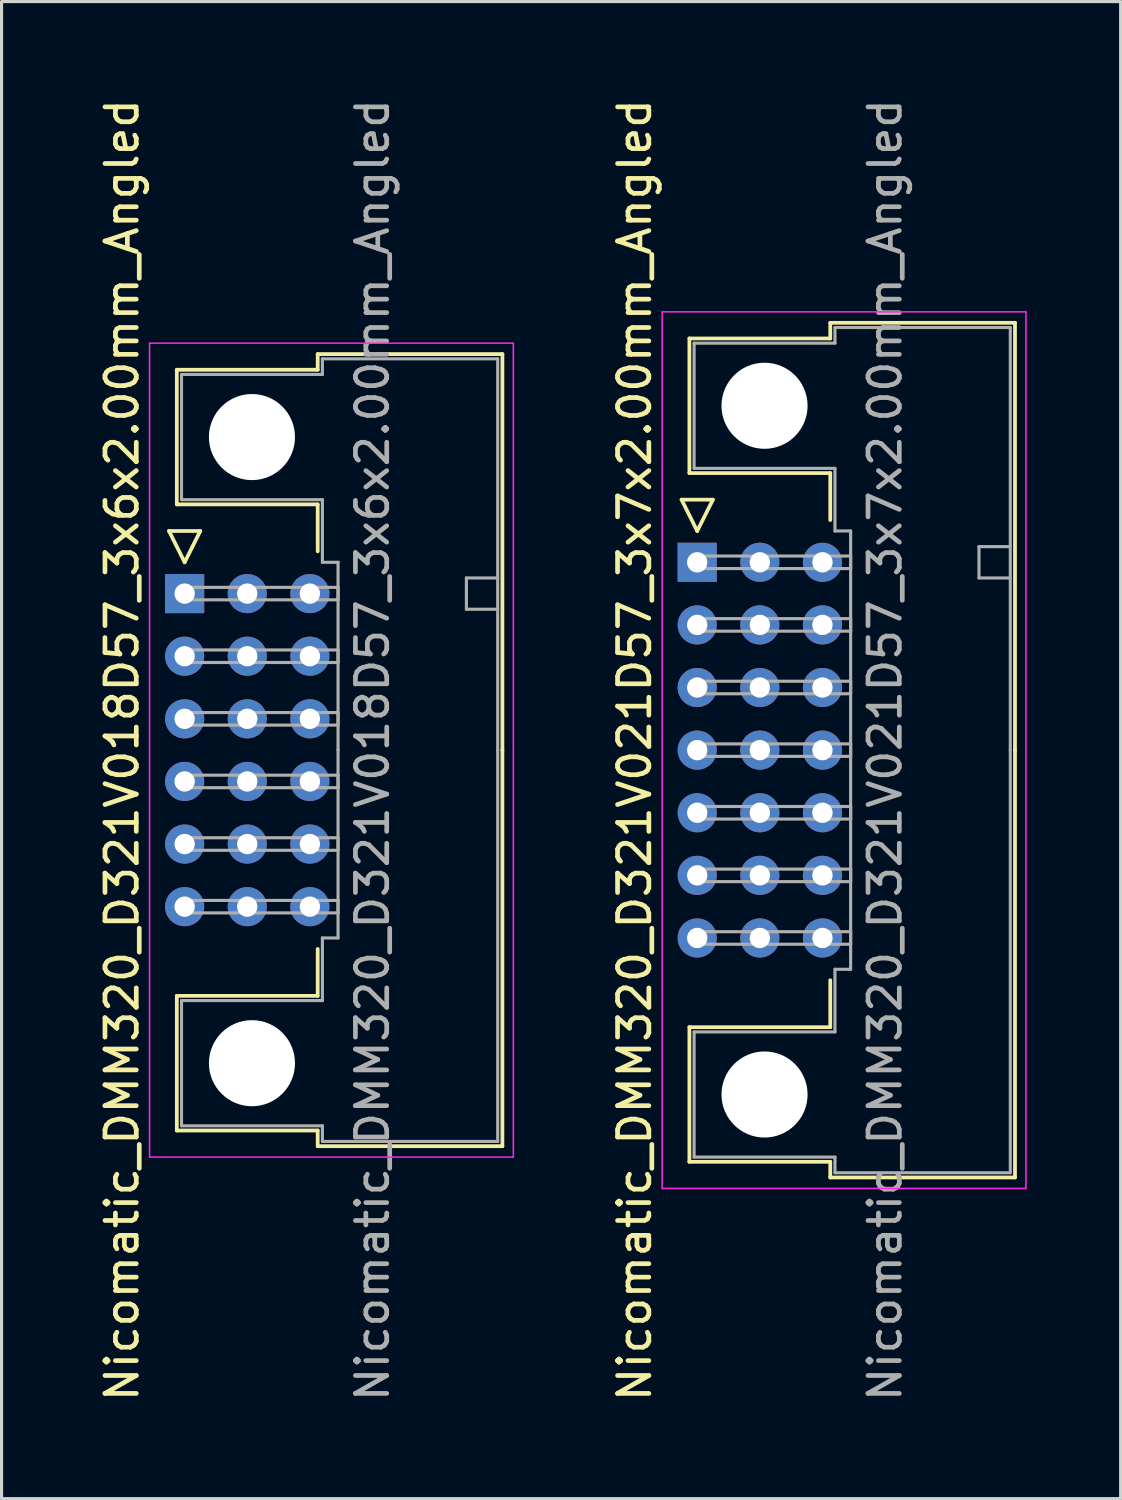
<source format=kicad_pcb>
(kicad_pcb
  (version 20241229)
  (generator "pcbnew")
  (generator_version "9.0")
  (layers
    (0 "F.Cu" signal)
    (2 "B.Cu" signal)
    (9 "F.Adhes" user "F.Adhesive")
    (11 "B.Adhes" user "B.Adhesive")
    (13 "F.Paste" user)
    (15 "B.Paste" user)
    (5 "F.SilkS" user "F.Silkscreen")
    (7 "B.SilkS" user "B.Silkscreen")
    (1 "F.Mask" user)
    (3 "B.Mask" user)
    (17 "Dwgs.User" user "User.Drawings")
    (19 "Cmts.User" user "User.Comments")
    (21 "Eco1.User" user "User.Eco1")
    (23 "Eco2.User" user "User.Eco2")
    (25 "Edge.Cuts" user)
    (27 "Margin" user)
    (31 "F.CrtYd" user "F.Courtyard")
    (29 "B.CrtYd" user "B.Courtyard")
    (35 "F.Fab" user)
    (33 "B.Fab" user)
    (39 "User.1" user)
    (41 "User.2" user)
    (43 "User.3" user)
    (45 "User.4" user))
  (footprint "Nicomatic_DMM320_D321V018D57_3x6x2.00mm_Angled"
    (layer "F.Cu")
    (at 2.848 15.911)
    (property "Reference" "Nicomatic_DMM320_D321V018D57_3x6x2.00mm_Angled" (at -2 5 90) (layer "F.SilkS") (effects (font (size 1 1) (thickness 0.15))))
    (attr through_hole)
    (fp_line (start -0.5 -2) (end 0 -1) (stroke (width 0.12) (type solid)) (layer "F.SilkS"))
    (fp_line (start -0.25 -7.15) (end -0.25 -2.85) (stroke (width 0.12) (type solid)) (layer "F.SilkS"))
    (fp_line (start -0.25 -2.85) (end 4.25 -2.85) (stroke (width 0.12) (type solid)) (layer "F.SilkS"))
    (fp_line (start -0.25 12.85) (end 4.25 12.85) (stroke (width 0.12) (type solid)) (layer "F.SilkS"))
    (fp_line (start -0.25 17.15) (end -0.25 12.85) (stroke (width 0.12) (type solid)) (layer "F.SilkS"))
    (fp_line (start 0 -1) (end 0.5 -2) (stroke (width 0.12) (type solid)) (layer "F.SilkS"))
    (fp_line (start 0.5 -2) (end -0.5 -2) (stroke (width 0.12) (type solid)) (layer "F.SilkS"))
    (fp_line (start 4.25 -7.65) (end 4.25 -7.15) (stroke (width 0.12) (type solid)) (layer "F.SilkS"))
    (fp_line (start 4.25 -7.15) (end -0.25 -7.15) (stroke (width 0.12) (type solid)) (layer "F.SilkS"))
    (fp_line (start 4.25 -2.85) (end 4.25 -1.35) (stroke (width 0.12) (type solid)) (layer "F.SilkS"))
    (fp_line (start 4.25 12.85) (end 4.25 11.35) (stroke (width 0.12) (type solid)) (layer "F.SilkS"))
    (fp_line (start 4.25 17.15) (end -0.25 17.15) (stroke (width 0.12) (type solid)) (layer "F.SilkS"))
    (fp_line (start 4.25 17.65) (end 4.25 17.15) (stroke (width 0.12) (type solid)) (layer "F.SilkS"))
    (fp_line (start 10.15 -7.65) (end 4.25 -7.65) (stroke (width 0.12) (type solid)) (layer "F.SilkS"))
    (fp_line (start 10.15 5) (end 10.15 -7.65) (stroke (width 0.12) (type solid)) (layer "F.SilkS"))
    (fp_line (start 10.15 5) (end 10.15 17.65) (stroke (width 0.12) (type solid)) (layer "F.SilkS"))
    (fp_line (start 10.15 17.65) (end 4.25 17.65) (stroke (width 0.12) (type solid)) (layer "F.SilkS"))
    (fp_line (start -1.12 -8) (end -1.12 18) (stroke (width 0.05) (type solid)) (layer "F.CrtYd"))
    (fp_line (start -1.12 18) (end 10.5 18) (stroke (width 0.05) (type solid)) (layer "F.CrtYd"))
    (fp_line (start 10.5 -8) (end -1.12 -8) (stroke (width 0.05) (type solid)) (layer "F.CrtYd"))
    (fp_line (start 10.5 18) (end 10.5 -8) (stroke (width 0.05) (type solid)) (layer "F.CrtYd"))
    (fp_line (start -0.1 -7) (end -0.1 -3) (stroke (width 0.1) (type solid)) (layer "F.Fab"))
    (fp_line (start -0.1 -3) (end 4.4 -3) (stroke (width 0.1) (type solid)) (layer "F.Fab"))
    (fp_line (start -0.1 13) (end 4.4 13) (stroke (width 0.1) (type solid)) (layer "F.Fab"))
    (fp_line (start -0.1 17) (end -0.1 13) (stroke (width 0.1) (type solid)) (layer "F.Fab"))
    (fp_line (start 0 -0.2) (end 0 0.2) (stroke (width 0.1) (type solid)) (layer "F.Fab"))
    (fp_line (start 0 0.2) (end 4.9 0.2) (stroke (width 0.1) (type solid)) (layer "F.Fab"))
    (fp_line (start 0 1.8) (end 0 2.2) (stroke (width 0.1) (type solid)) (layer "F.Fab"))
    (fp_line (start 0 2.2) (end 4.9 2.2) (stroke (width 0.1) (type solid)) (layer "F.Fab"))
    (fp_line (start 0 3.8) (end 0 4.2) (stroke (width 0.1) (type solid)) (layer "F.Fab"))
    (fp_line (start 0 4.2) (end 4.9 4.2) (stroke (width 0.1) (type solid)) (layer "F.Fab"))
    (fp_line (start 0 5.8) (end 0 6.2) (stroke (width 0.1) (type solid)) (layer "F.Fab"))
    (fp_line (start 0 6.2) (end 4.9 6.2) (stroke (width 0.1) (type solid)) (layer "F.Fab"))
    (fp_line (start 0 7.8) (end 0 8.2) (stroke (width 0.1) (type solid)) (layer "F.Fab"))
    (fp_line (start 0 8.2) (end 4.9 8.2) (stroke (width 0.1) (type solid)) (layer "F.Fab"))
    (fp_line (start 0 9.8) (end 0 10.2) (stroke (width 0.1) (type solid)) (layer "F.Fab"))
    (fp_line (start 0 10.2) (end 4.9 10.2) (stroke (width 0.1) (type solid)) (layer "F.Fab"))
    (fp_line (start 4.4 -7.5) (end 4.4 -7) (stroke (width 0.1) (type solid)) (layer "F.Fab"))
    (fp_line (start 4.4 -7) (end -0.1 -7) (stroke (width 0.1) (type solid)) (layer "F.Fab"))
    (fp_line (start 4.4 -3) (end 4.4 -1) (stroke (width 0.1) (type solid)) (layer "F.Fab"))
    (fp_line (start 4.4 -1) (end 4.9 -1) (stroke (width 0.1) (type solid)) (layer "F.Fab"))
    (fp_line (start 4.4 11) (end 4.9 11) (stroke (width 0.1) (type solid)) (layer "F.Fab"))
    (fp_line (start 4.4 13) (end 4.4 11) (stroke (width 0.1) (type solid)) (layer "F.Fab"))
    (fp_line (start 4.4 17) (end -0.1 17) (stroke (width 0.1) (type solid)) (layer "F.Fab"))
    (fp_line (start 4.4 17.5) (end 4.4 17) (stroke (width 0.1) (type solid)) (layer "F.Fab"))
    (fp_line (start 4.9 -1) (end 4.9 5) (stroke (width 0.1) (type solid)) (layer "F.Fab"))
    (fp_line (start 4.9 -0.2) (end 0 -0.2) (stroke (width 0.1) (type solid)) (layer "F.Fab"))
    (fp_line (start 4.9 0.2) (end 4.9 -0.2) (stroke (width 0.1) (type solid)) (layer "F.Fab"))
    (fp_line (start 4.9 1.8) (end 0 1.8) (stroke (width 0.1) (type solid)) (layer "F.Fab"))
    (fp_line (start 4.9 2.2) (end 4.9 1.8) (stroke (width 0.1) (type solid)) (layer "F.Fab"))
    (fp_line (start 4.9 3.8) (end 0 3.8) (stroke (width 0.1) (type solid)) (layer "F.Fab"))
    (fp_line (start 4.9 4.2) (end 4.9 3.8) (stroke (width 0.1) (type solid)) (layer "F.Fab"))
    (fp_line (start 4.9 5.8) (end 0 5.8) (stroke (width 0.1) (type solid)) (layer "F.Fab"))
    (fp_line (start 4.9 6.2) (end 4.9 5.8) (stroke (width 0.1) (type solid)) (layer "F.Fab"))
    (fp_line (start 4.9 7.8) (end 0 7.8) (stroke (width 0.1) (type solid)) (layer "F.Fab"))
    (fp_line (start 4.9 8.2) (end 4.9 7.8) (stroke (width 0.1) (type solid)) (layer "F.Fab"))
    (fp_line (start 4.9 9.8) (end 0 9.8) (stroke (width 0.1) (type solid)) (layer "F.Fab"))
    (fp_line (start 4.9 10.2) (end 4.9 9.8) (stroke (width 0.1) (type solid)) (layer "F.Fab"))
    (fp_line (start 4.9 11) (end 4.9 5) (stroke (width 0.1) (type solid)) (layer "F.Fab"))
    (fp_line (start 9 -0.5) (end 9 0.5) (stroke (width 0.1) (type solid)) (layer "F.Fab"))
    (fp_line (start 9 0.5) (end 10 0.5) (stroke (width 0.1) (type solid)) (layer "F.Fab"))
    (fp_line (start 10 -7.5) (end 4.4 -7.5) (stroke (width 0.1) (type solid)) (layer "F.Fab"))
    (fp_line (start 10 -0.5) (end 9 -0.5) (stroke (width 0.1) (type solid)) (layer "F.Fab"))
    (fp_line (start 10 5) (end 10 -7.5) (stroke (width 0.1) (type solid)) (layer "F.Fab"))
    (fp_line (start 10 5) (end 10 17.5) (stroke (width 0.1) (type solid)) (layer "F.Fab"))
    (fp_line (start 10 17.5) (end 4.4 17.5) (stroke (width 0.1) (type solid)) (layer "F.Fab"))
    (fp_text user "${REFERENCE}" (at 6 5 90) (layer "F.Fab") (effects (font (size 1 1) (thickness 0.15))))
    (pad "" np_thru_hole circle (at 2.15 -5) (size 2.75 2.75) (drill 2.75) (layers "*.Cu" "*.Mask"))
    (pad "" np_thru_hole circle (at 2.15 15) (size 2.75 2.75) (drill 2.75) (layers "*.Cu" "*.Mask"))
    (pad "1" thru_hole rect (at 0 0) (size 1.25 1.25) (drill 0.65) (layers "*.Cu" "*.Mask"))
    (pad "2" thru_hole oval (at 0 2) (size 1.25 1.25) (drill 0.65) (layers "*.Cu" "*.Mask"))
    (pad "3" thru_hole oval (at 0 4) (size 1.25 1.25) (drill 0.65) (layers "*.Cu" "*.Mask"))
    (pad "4" thru_hole oval (at 0 6) (size 1.25 1.25) (drill 0.65) (layers "*.Cu" "*.Mask"))
    (pad "5" thru_hole oval (at 0 8) (size 1.25 1.25) (drill 0.65) (layers "*.Cu" "*.Mask"))
    (pad "6" thru_hole oval (at 0 10) (size 1.25 1.25) (drill 0.65) (layers "*.Cu" "*.Mask"))
    (pad "7" thru_hole oval (at 2 0) (size 1.25 1.25) (drill 0.65) (layers "*.Cu" "*.Mask"))
    (pad "8" thru_hole oval (at 2 2) (size 1.25 1.25) (drill 0.65) (layers "*.Cu" "*.Mask"))
    (pad "9" thru_hole oval (at 2 4) (size 1.25 1.25) (drill 0.65) (layers "*.Cu" "*.Mask"))
    (pad "10" thru_hole oval (at 2 6) (size 1.25 1.25) (drill 0.65) (layers "*.Cu" "*.Mask"))
    (pad "11" thru_hole oval (at 2 8) (size 1.25 1.25) (drill 0.65) (layers "*.Cu" "*.Mask"))
    (pad "12" thru_hole oval (at 2 10) (size 1.25 1.25) (drill 0.65) (layers "*.Cu" "*.Mask"))
    (pad "13" thru_hole oval (at 4 0) (size 1.25 1.25) (drill 0.65) (layers "*.Cu" "*.Mask"))
    (pad "14" thru_hole oval (at 4 2) (size 1.25 1.25) (drill 0.65) (layers "*.Cu" "*.Mask"))
    (pad "15" thru_hole oval (at 4 4) (size 1.25 1.25) (drill 0.65) (layers "*.Cu" "*.Mask"))
    (pad "16" thru_hole oval (at 4 6) (size 1.25 1.25) (drill 0.65) (layers "*.Cu" "*.Mask"))
    (pad "17" thru_hole oval (at 4 8) (size 1.25 1.25) (drill 0.65) (layers "*.Cu" "*.Mask"))
    (pad "18" thru_hole oval (at 4 10) (size 1.25 1.25) (drill 0.65) (layers "*.Cu" "*.Mask")))
  (footprint "Nicomatic_DMM320_D321V021D57_3x7x2.00mm_Angled"
    (layer "F.Cu")
    (at 19.221 14.911)
    (property "Reference" "Nicomatic_DMM320_D321V021D57_3x7x2.00mm_Angled" (at -2 6 90) (layer "F.SilkS") (effects (font (size 1 1) (thickness 0.15))))
    (attr through_hole)
    (fp_line (start -0.5 -2) (end 0 -1) (stroke (width 0.12) (type solid)) (layer "F.SilkS"))
    (fp_line (start -0.25 -7.15) (end -0.25 -2.85) (stroke (width 0.12) (type solid)) (layer "F.SilkS"))
    (fp_line (start -0.25 -2.85) (end 4.25 -2.85) (stroke (width 0.12) (type solid)) (layer "F.SilkS"))
    (fp_line (start -0.25 14.85) (end 4.25 14.85) (stroke (width 0.12) (type solid)) (layer "F.SilkS"))
    (fp_line (start -0.25 19.15) (end -0.25 14.85) (stroke (width 0.12) (type solid)) (layer "F.SilkS"))
    (fp_line (start 0 -1) (end 0.5 -2) (stroke (width 0.12) (type solid)) (layer "F.SilkS"))
    (fp_line (start 0.5 -2) (end -0.5 -2) (stroke (width 0.12) (type solid)) (layer "F.SilkS"))
    (fp_line (start 4.25 -7.65) (end 4.25 -7.15) (stroke (width 0.12) (type solid)) (layer "F.SilkS"))
    (fp_line (start 4.25 -7.15) (end -0.25 -7.15) (stroke (width 0.12) (type solid)) (layer "F.SilkS"))
    (fp_line (start 4.25 -2.85) (end 4.25 -1.35) (stroke (width 0.12) (type solid)) (layer "F.SilkS"))
    (fp_line (start 4.25 14.85) (end 4.25 13.35) (stroke (width 0.12) (type solid)) (layer "F.SilkS"))
    (fp_line (start 4.25 19.15) (end -0.25 19.15) (stroke (width 0.12) (type solid)) (layer "F.SilkS"))
    (fp_line (start 4.25 19.65) (end 4.25 19.15) (stroke (width 0.12) (type solid)) (layer "F.SilkS"))
    (fp_line (start 10.15 -7.65) (end 4.25 -7.65) (stroke (width 0.12) (type solid)) (layer "F.SilkS"))
    (fp_line (start 10.15 6) (end 10.15 -7.65) (stroke (width 0.12) (type solid)) (layer "F.SilkS"))
    (fp_line (start 10.15 6) (end 10.15 19.65) (stroke (width 0.12) (type solid)) (layer "F.SilkS"))
    (fp_line (start 10.15 19.65) (end 4.25 19.65) (stroke (width 0.12) (type solid)) (layer "F.SilkS"))
    (fp_line (start -1.12 -8) (end -1.12 20) (stroke (width 0.05) (type solid)) (layer "F.CrtYd"))
    (fp_line (start -1.12 20) (end 10.5 20) (stroke (width 0.05) (type solid)) (layer "F.CrtYd"))
    (fp_line (start 10.5 -8) (end -1.12 -8) (stroke (width 0.05) (type solid)) (layer "F.CrtYd"))
    (fp_line (start 10.5 20) (end 10.5 -8) (stroke (width 0.05) (type solid)) (layer "F.CrtYd"))
    (fp_line (start -0.1 -7) (end -0.1 -3) (stroke (width 0.1) (type solid)) (layer "F.Fab"))
    (fp_line (start -0.1 -3) (end 4.4 -3) (stroke (width 0.1) (type solid)) (layer "F.Fab"))
    (fp_line (start -0.1 15) (end 4.4 15) (stroke (width 0.1) (type solid)) (layer "F.Fab"))
    (fp_line (start -0.1 19) (end -0.1 15) (stroke (width 0.1) (type solid)) (layer "F.Fab"))
    (fp_line (start 0 -0.2) (end 0 0.2) (stroke (width 0.1) (type solid)) (layer "F.Fab"))
    (fp_line (start 0 0.2) (end 4.9 0.2) (stroke (width 0.1) (type solid)) (layer "F.Fab"))
    (fp_line (start 0 1.8) (end 0 2.2) (stroke (width 0.1) (type solid)) (layer "F.Fab"))
    (fp_line (start 0 2.2) (end 4.9 2.2) (stroke (width 0.1) (type solid)) (layer "F.Fab"))
    (fp_line (start 0 3.8) (end 0 4.2) (stroke (width 0.1) (type solid)) (layer "F.Fab"))
    (fp_line (start 0 4.2) (end 4.9 4.2) (stroke (width 0.1) (type solid)) (layer "F.Fab"))
    (fp_line (start 0 5.8) (end 0 6.2) (stroke (width 0.1) (type solid)) (layer "F.Fab"))
    (fp_line (start 0 6.2) (end 4.9 6.2) (stroke (width 0.1) (type solid)) (layer "F.Fab"))
    (fp_line (start 0 7.8) (end 0 8.2) (stroke (width 0.1) (type solid)) (layer "F.Fab"))
    (fp_line (start 0 8.2) (end 4.9 8.2) (stroke (width 0.1) (type solid)) (layer "F.Fab"))
    (fp_line (start 0 9.8) (end 0 10.2) (stroke (width 0.1) (type solid)) (layer "F.Fab"))
    (fp_line (start 0 10.2) (end 4.9 10.2) (stroke (width 0.1) (type solid)) (layer "F.Fab"))
    (fp_line (start 0 11.8) (end 0 12.2) (stroke (width 0.1) (type solid)) (layer "F.Fab"))
    (fp_line (start 0 12.2) (end 4.9 12.2) (stroke (width 0.1) (type solid)) (layer "F.Fab"))
    (fp_line (start 4.4 -7.5) (end 4.4 -7) (stroke (width 0.1) (type solid)) (layer "F.Fab"))
    (fp_line (start 4.4 -7) (end -0.1 -7) (stroke (width 0.1) (type solid)) (layer "F.Fab"))
    (fp_line (start 4.4 -3) (end 4.4 -1) (stroke (width 0.1) (type solid)) (layer "F.Fab"))
    (fp_line (start 4.4 -1) (end 4.9 -1) (stroke (width 0.1) (type solid)) (layer "F.Fab"))
    (fp_line (start 4.4 13) (end 4.9 13) (stroke (width 0.1) (type solid)) (layer "F.Fab"))
    (fp_line (start 4.4 15) (end 4.4 13) (stroke (width 0.1) (type solid)) (layer "F.Fab"))
    (fp_line (start 4.4 19) (end -0.1 19) (stroke (width 0.1) (type solid)) (layer "F.Fab"))
    (fp_line (start 4.4 19.5) (end 4.4 19) (stroke (width 0.1) (type solid)) (layer "F.Fab"))
    (fp_line (start 4.9 -1) (end 4.9 6) (stroke (width 0.1) (type solid)) (layer "F.Fab"))
    (fp_line (start 4.9 -0.2) (end 0 -0.2) (stroke (width 0.1) (type solid)) (layer "F.Fab"))
    (fp_line (start 4.9 0.2) (end 4.9 -0.2) (stroke (width 0.1) (type solid)) (layer "F.Fab"))
    (fp_line (start 4.9 1.8) (end 0 1.8) (stroke (width 0.1) (type solid)) (layer "F.Fab"))
    (fp_line (start 4.9 2.2) (end 4.9 1.8) (stroke (width 0.1) (type solid)) (layer "F.Fab"))
    (fp_line (start 4.9 3.8) (end 0 3.8) (stroke (width 0.1) (type solid)) (layer "F.Fab"))
    (fp_line (start 4.9 4.2) (end 4.9 3.8) (stroke (width 0.1) (type solid)) (layer "F.Fab"))
    (fp_line (start 4.9 5.8) (end 0 5.8) (stroke (width 0.1) (type solid)) (layer "F.Fab"))
    (fp_line (start 4.9 6.2) (end 4.9 5.8) (stroke (width 0.1) (type solid)) (layer "F.Fab"))
    (fp_line (start 4.9 7.8) (end 0 7.8) (stroke (width 0.1) (type solid)) (layer "F.Fab"))
    (fp_line (start 4.9 8.2) (end 4.9 7.8) (stroke (width 0.1) (type solid)) (layer "F.Fab"))
    (fp_line (start 4.9 9.8) (end 0 9.8) (stroke (width 0.1) (type solid)) (layer "F.Fab"))
    (fp_line (start 4.9 10.2) (end 4.9 9.8) (stroke (width 0.1) (type solid)) (layer "F.Fab"))
    (fp_line (start 4.9 11.8) (end 0 11.8) (stroke (width 0.1) (type solid)) (layer "F.Fab"))
    (fp_line (start 4.9 12.2) (end 4.9 11.8) (stroke (width 0.1) (type solid)) (layer "F.Fab"))
    (fp_line (start 4.9 13) (end 4.9 6) (stroke (width 0.1) (type solid)) (layer "F.Fab"))
    (fp_line (start 9 -0.5) (end 9 0.5) (stroke (width 0.1) (type solid)) (layer "F.Fab"))
    (fp_line (start 9 0.5) (end 10 0.5) (stroke (width 0.1) (type solid)) (layer "F.Fab"))
    (fp_line (start 10 -7.5) (end 4.4 -7.5) (stroke (width 0.1) (type solid)) (layer "F.Fab"))
    (fp_line (start 10 -0.5) (end 9 -0.5) (stroke (width 0.1) (type solid)) (layer "F.Fab"))
    (fp_line (start 10 6) (end 10 -7.5) (stroke (width 0.1) (type solid)) (layer "F.Fab"))
    (fp_line (start 10 6) (end 10 19.5) (stroke (width 0.1) (type solid)) (layer "F.Fab"))
    (fp_line (start 10 19.5) (end 4.4 19.5) (stroke (width 0.1) (type solid)) (layer "F.Fab"))
    (fp_text user "${REFERENCE}" (at 6 6 90) (layer "F.Fab") (effects (font (size 1 1) (thickness 0.15))))
    (pad "" np_thru_hole circle (at 2.15 -5) (size 2.75 2.75) (drill 2.75) (layers "*.Cu" "*.Mask"))
    (pad "" np_thru_hole circle (at 2.15 17) (size 2.75 2.75) (drill 2.75) (layers "*.Cu" "*.Mask"))
    (pad "1" thru_hole rect (at 0 0) (size 1.25 1.25) (drill 0.65) (layers "*.Cu" "*.Mask"))
    (pad "2" thru_hole oval (at 0 2) (size 1.25 1.25) (drill 0.65) (layers "*.Cu" "*.Mask"))
    (pad "3" thru_hole oval (at 0 4) (size 1.25 1.25) (drill 0.65) (layers "*.Cu" "*.Mask"))
    (pad "4" thru_hole oval (at 0 6) (size 1.25 1.25) (drill 0.65) (layers "*.Cu" "*.Mask"))
    (pad "5" thru_hole oval (at 0 8) (size 1.25 1.25) (drill 0.65) (layers "*.Cu" "*.Mask"))
    (pad "6" thru_hole oval (at 0 10) (size 1.25 1.25) (drill 0.65) (layers "*.Cu" "*.Mask"))
    (pad "7" thru_hole oval (at 0 12) (size 1.25 1.25) (drill 0.65) (layers "*.Cu" "*.Mask"))
    (pad "8" thru_hole oval (at 2 0) (size 1.25 1.25) (drill 0.65) (layers "*.Cu" "*.Mask"))
    (pad "9" thru_hole oval (at 2 2) (size 1.25 1.25) (drill 0.65) (layers "*.Cu" "*.Mask"))
    (pad "10" thru_hole oval (at 2 4) (size 1.25 1.25) (drill 0.65) (layers "*.Cu" "*.Mask"))
    (pad "11" thru_hole oval (at 2 6) (size 1.25 1.25) (drill 0.65) (layers "*.Cu" "*.Mask"))
    (pad "12" thru_hole oval (at 2 8) (size 1.25 1.25) (drill 0.65) (layers "*.Cu" "*.Mask"))
    (pad "13" thru_hole oval (at 2 10) (size 1.25 1.25) (drill 0.65) (layers "*.Cu" "*.Mask"))
    (pad "14" thru_hole oval (at 2 12) (size 1.25 1.25) (drill 0.65) (layers "*.Cu" "*.Mask"))
    (pad "15" thru_hole oval (at 4 0) (size 1.25 1.25) (drill 0.65) (layers "*.Cu" "*.Mask"))
    (pad "16" thru_hole oval (at 4 2) (size 1.25 1.25) (drill 0.65) (layers "*.Cu" "*.Mask"))
    (pad "17" thru_hole oval (at 4 4) (size 1.25 1.25) (drill 0.65) (layers "*.Cu" "*.Mask"))
    (pad "18" thru_hole oval (at 4 6) (size 1.25 1.25) (drill 0.65) (layers "*.Cu" "*.Mask"))
    (pad "19" thru_hole oval (at 4 8) (size 1.25 1.25) (drill 0.65) (layers "*.Cu" "*.Mask"))
    (pad "20" thru_hole oval (at 4 10) (size 1.25 1.25) (drill 0.65) (layers "*.Cu" "*.Mask"))
    (pad "21" thru_hole oval (at 4 12) (size 1.25 1.25) (drill 0.65) (layers "*.Cu" "*.Mask")))
  (gr_rect
    (start -3 -3)
    (end 32.746 44.821)
    (stroke (width 0.1) (type default))
    (fill no)
    (layer "Edge.Cuts")))
</source>
